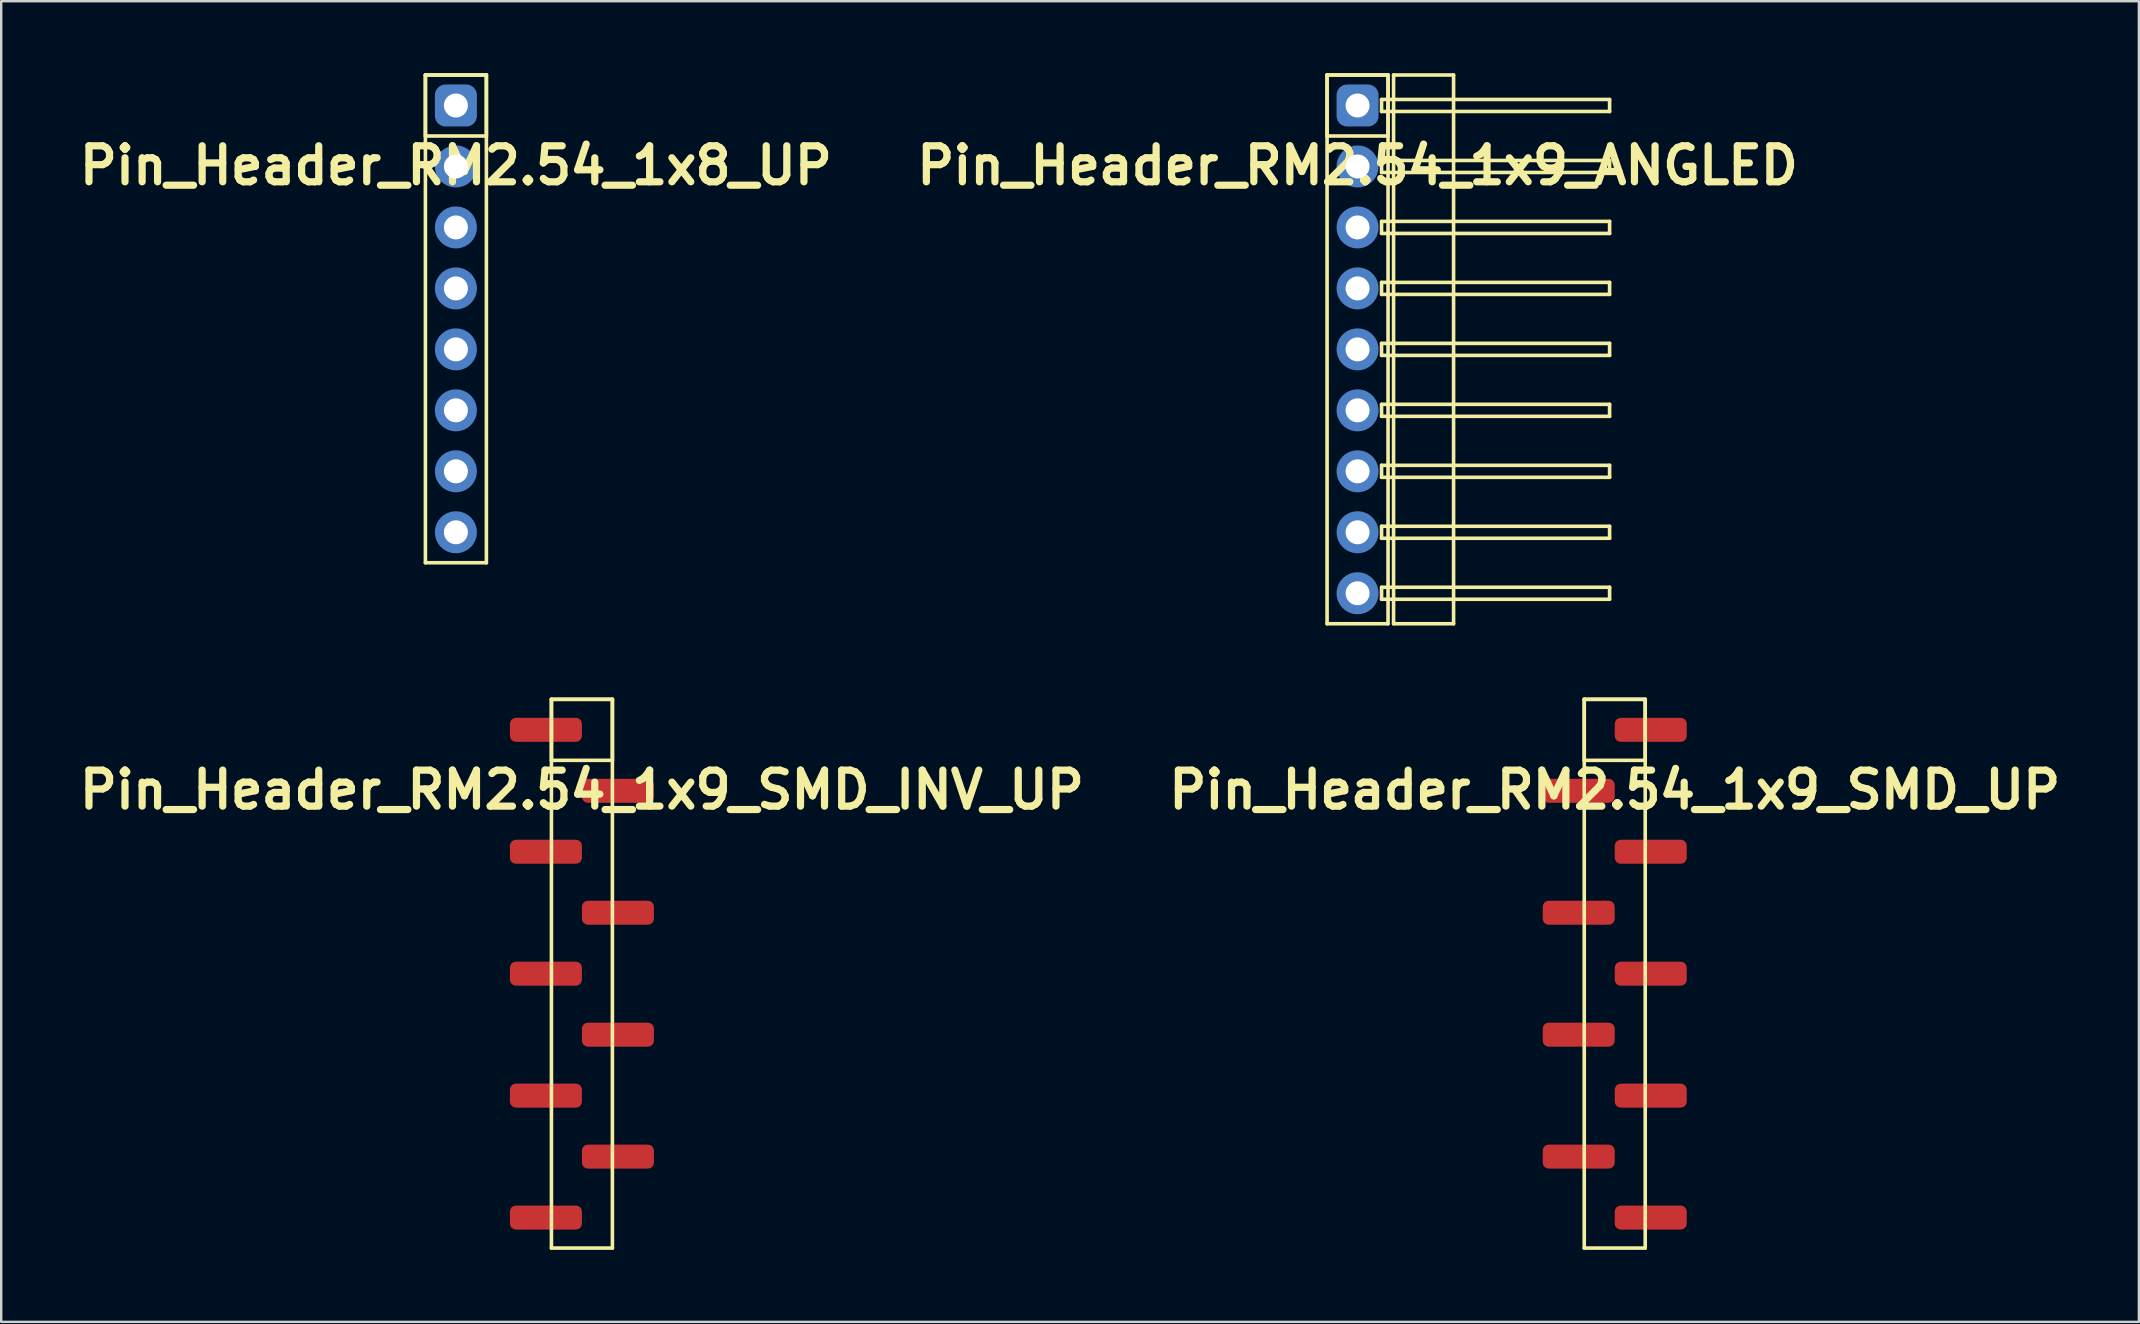
<source format=kicad_pcb>
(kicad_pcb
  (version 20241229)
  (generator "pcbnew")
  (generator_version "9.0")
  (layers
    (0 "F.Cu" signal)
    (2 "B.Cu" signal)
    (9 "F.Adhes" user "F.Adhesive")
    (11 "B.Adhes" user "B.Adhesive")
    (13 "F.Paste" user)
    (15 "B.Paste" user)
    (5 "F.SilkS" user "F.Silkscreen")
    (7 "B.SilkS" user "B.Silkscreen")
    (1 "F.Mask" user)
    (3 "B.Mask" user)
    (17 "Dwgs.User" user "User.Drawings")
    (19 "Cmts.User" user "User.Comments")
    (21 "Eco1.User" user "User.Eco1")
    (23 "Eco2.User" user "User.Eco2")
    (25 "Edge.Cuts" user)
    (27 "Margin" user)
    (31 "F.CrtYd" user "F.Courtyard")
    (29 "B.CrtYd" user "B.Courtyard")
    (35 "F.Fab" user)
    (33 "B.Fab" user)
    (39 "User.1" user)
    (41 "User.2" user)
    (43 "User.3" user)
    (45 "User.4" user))
  (footprint "Pin_Header_RM2.54_1x9_SMD_INV_UP"
    (layer "F.Cu")
    (at 21.193 27.355)
    (property "Reference" "Pin_Header_RM2.54_1x9_SMD_INV_UP" (at 0 2.5 0) (layer "F.SilkS") (effects (font (size 1.5 1.5) (thickness 0.3))))
    (attr through_hole)
    (fp_line (start -1.27 -1.27) (end 1.27 -1.27) (stroke (width 0.15) (type solid)) (layer "F.SilkS"))
    (fp_line (start -1.27 -1.27) (end 1.27 -1.27) (stroke (width 0.15) (type solid)) (layer "F.SilkS"))
    (fp_line (start -1.27 1.27) (end -1.27 -1.27) (stroke (width 0.15) (type solid)) (layer "F.SilkS"))
    (fp_line (start -1.27 21.59) (end -1.27 -1.27) (stroke (width 0.15) (type solid)) (layer "F.SilkS"))
    (fp_line (start 1.27 -1.27) (end 1.27 1.27) (stroke (width 0.15) (type solid)) (layer "F.SilkS"))
    (fp_line (start 1.27 -1.27) (end 1.27 21.59) (stroke (width 0.15) (type solid)) (layer "F.SilkS"))
    (fp_line (start 1.27 1.27) (end -1.27 1.27) (stroke (width 0.15) (type solid)) (layer "F.SilkS"))
    (fp_line (start 1.27 21.59) (end -1.27 21.59) (stroke (width 0.15) (type solid)) (layer "F.SilkS"))
    (pad "1" smd roundrect (at -1.5 0) (size 3 1) (layers "F.Cu" "F.Mask" "F.Paste") (roundrect_rratio 0.25))
    (pad "2" smd roundrect (at 1.5 2.54) (size 3 1) (layers "F.Cu" "F.Mask" "F.Paste") (roundrect_rratio 0.25))
    (pad "3" smd roundrect (at -1.5 5.08) (size 3 1) (layers "F.Cu" "F.Mask" "F.Paste") (roundrect_rratio 0.25))
    (pad "4" smd roundrect (at 1.5 7.62) (size 3 1) (layers "F.Cu" "F.Mask" "F.Paste") (roundrect_rratio 0.25))
    (pad "5" smd roundrect (at -1.5 10.16) (size 3 1) (layers "F.Cu" "F.Mask" "F.Paste") (roundrect_rratio 0.25))
    (pad "6" smd roundrect (at 1.5 12.7) (size 3 1) (layers "F.Cu" "F.Mask" "F.Paste") (roundrect_rratio 0.25))
    (pad "7" smd roundrect (at -1.5 15.24) (size 3 1) (layers "F.Cu" "F.Mask" "F.Paste") (roundrect_rratio 0.25))
    (pad "8" smd roundrect (at 1.5 17.78) (size 3 1) (layers "F.Cu" "F.Mask" "F.Paste") (roundrect_rratio 0.25))
    (pad "9" smd roundrect (at -1.5 20.32) (size 3 1) (layers "F.Cu" "F.Mask" "F.Paste") (roundrect_rratio 0.25)))
  (footprint "Pin_Header_RM2.54_1x9_SMD_UP"
    (layer "F.Cu")
    (at 64.221 27.355)
    (property "Reference" "Pin_Header_RM2.54_1x9_SMD_UP" (at 0 2.5 0) (layer "F.SilkS") (effects (font (size 1.5 1.5) (thickness 0.3))))
    (attr through_hole)
    (fp_line (start -1.27 -1.27) (end 1.27 -1.27) (stroke (width 0.15) (type solid)) (layer "F.SilkS"))
    (fp_line (start -1.27 -1.27) (end 1.27 -1.27) (stroke (width 0.15) (type solid)) (layer "F.SilkS"))
    (fp_line (start -1.27 1.27) (end -1.27 -1.27) (stroke (width 0.15) (type solid)) (layer "F.SilkS"))
    (fp_line (start -1.27 21.59) (end -1.27 -1.27) (stroke (width 0.15) (type solid)) (layer "F.SilkS"))
    (fp_line (start 1.27 -1.27) (end 1.27 1.27) (stroke (width 0.15) (type solid)) (layer "F.SilkS"))
    (fp_line (start 1.27 -1.27) (end 1.27 21.59) (stroke (width 0.15) (type solid)) (layer "F.SilkS"))
    (fp_line (start 1.27 1.27) (end -1.27 1.27) (stroke (width 0.15) (type solid)) (layer "F.SilkS"))
    (fp_line (start 1.27 21.59) (end -1.27 21.59) (stroke (width 0.15) (type solid)) (layer "F.SilkS"))
    (pad "1" smd roundrect (at 1.5 0) (size 3 1) (layers "F.Cu" "F.Mask") (roundrect_rratio 0.25))
    (pad "2" smd roundrect (at -1.5 2.54) (size 3 1) (layers "F.Cu" "F.Mask") (roundrect_rratio 0.25))
    (pad "3" smd roundrect (at 1.5 5.08) (size 3 1) (layers "F.Cu" "F.Mask") (roundrect_rratio 0.25))
    (pad "4" smd roundrect (at -1.5 7.62) (size 3 1) (layers "F.Cu" "F.Mask") (roundrect_rratio 0.25))
    (pad "5" smd roundrect (at 1.5 10.16) (size 3 1) (layers "F.Cu" "F.Mask") (roundrect_rratio 0.25))
    (pad "6" smd roundrect (at -1.5 12.7) (size 3 1) (layers "F.Cu" "F.Mask") (roundrect_rratio 0.25))
    (pad "7" smd roundrect (at 1.5 15.24) (size 3 1) (layers "F.Cu" "F.Mask") (roundrect_rratio 0.25))
    (pad "8" smd roundrect (at -1.5 17.78) (size 3 1) (layers "F.Cu" "F.Mask") (roundrect_rratio 0.25))
    (pad "9" smd roundrect (at 1.5 20.32) (size 3 1) (layers "F.Cu" "F.Mask") (roundrect_rratio 0.25)))
  (footprint "Pin_Header_RM2.54_1x8_UP"
    (layer "F.Cu")
    (at 15.943 1.345)
    (property "Reference" "Pin_Header_RM2.54_1x8_UP" (at 0 2.5 0) (layer "F.SilkS") (effects (font (size 1.5 1.5) (thickness 0.3))))
    (attr through_hole)
    (fp_line (start -1.27 -1.27) (end 1.27 -1.27) (stroke (width 0.15) (type solid)) (layer "F.SilkS"))
    (fp_line (start -1.27 -1.27) (end 1.27 -1.27) (stroke (width 0.15) (type solid)) (layer "F.SilkS"))
    (fp_line (start -1.27 1.27) (end -1.27 -1.27) (stroke (width 0.15) (type solid)) (layer "F.SilkS"))
    (fp_line (start -1.27 19.05) (end -1.27 -1.27) (stroke (width 0.15) (type solid)) (layer "F.SilkS"))
    (fp_line (start 1.27 -1.27) (end 1.27 1.27) (stroke (width 0.15) (type solid)) (layer "F.SilkS"))
    (fp_line (start 1.27 -1.27) (end 1.27 19.05) (stroke (width 0.15) (type solid)) (layer "F.SilkS"))
    (fp_line (start 1.27 1.27) (end -1.27 1.27) (stroke (width 0.15) (type solid)) (layer "F.SilkS"))
    (fp_line (start 1.27 19.05) (end -1.27 19.05) (stroke (width 0.15) (type solid)) (layer "F.SilkS"))
    (pad "1" thru_hole circle (at 0 0) (size 1.3 1.3) (drill 1) (layers "*.Cu" "*.Mask"))
    (pad "1" smd roundrect (at 0 0) (size 1.5 1.5) (layers "F.Cu" "F.Mask") (roundrect_rratio 0.25))
    (pad "1" smd roundrect (at 0 0) (size 1.75 1.75) (layers "B.Cu" "B.Mask") (roundrect_rratio 0.25))
    (pad "2" thru_hole circle (at 0 2.54) (size 1.3 1.3) (drill 1) (layers "*.Cu" "*.Mask"))
    (pad "2" smd circle (at 0 2.54) (size 1.5 1.5) (layers "F.Cu" "F.Mask"))
    (pad "2" smd circle (at 0 2.54) (size 1.75 1.75) (layers "B.Cu" "B.Mask"))
    (pad "3" thru_hole circle (at 0 5.08) (size 1.3 1.3) (drill 1) (layers "*.Cu" "*.Mask"))
    (pad "3" smd circle (at 0 5.08) (size 1.5 1.5) (layers "F.Cu" "F.Mask"))
    (pad "3" smd circle (at 0 5.08) (size 1.75 1.75) (layers "B.Cu" "B.Mask"))
    (pad "4" thru_hole circle (at 0 7.62) (size 1.3 1.3) (drill 1) (layers "*.Cu" "*.Mask"))
    (pad "4" smd circle (at 0 7.62) (size 1.5 1.5) (layers "F.Cu" "F.Mask"))
    (pad "4" smd circle (at 0 7.62) (size 1.75 1.75) (layers "B.Cu" "B.Mask"))
    (pad "5" thru_hole circle (at 0 10.16) (size 1.3 1.3) (drill 1) (layers "*.Cu" "*.Mask"))
    (pad "5" smd circle (at 0 10.16) (size 1.5 1.5) (layers "F.Cu" "F.Mask"))
    (pad "5" smd circle (at 0 10.16) (size 1.75 1.75) (layers "B.Cu" "B.Mask"))
    (pad "6" thru_hole circle (at 0 12.7) (size 1.3 1.3) (drill 1) (layers "*.Cu" "*.Mask"))
    (pad "6" smd circle (at 0 12.7) (size 1.5 1.5) (layers "F.Cu" "F.Mask"))
    (pad "6" smd circle (at 0 12.7) (size 1.75 1.75) (layers "B.Cu" "B.Mask"))
    (pad "7" thru_hole circle (at 0 15.24) (size 1.3 1.3) (drill 1) (layers "*.Cu" "*.Mask"))
    (pad "7" smd circle (at 0 15.24) (size 1.5 1.5) (layers "F.Cu" "F.Mask"))
    (pad "7" smd circle (at 0 15.24) (size 1.75 1.75) (layers "B.Cu" "B.Mask"))
    (pad "8" thru_hole circle (at 0 17.78) (size 1.3 1.3) (drill 1) (layers "*.Cu" "*.Mask"))
    (pad "8" smd circle (at 0 17.78) (size 1.5 1.5) (layers "F.Cu" "F.Mask"))
    (pad "8" smd circle (at 0 17.78) (size 1.75 1.75) (layers "B.Cu" "B.Mask")))
  (footprint "Pin_Header_RM2.54_1x9_ANGLED"
    (layer "F.Cu")
    (at 53.507 1.345)
    (property "Reference" "Pin_Header_RM2.54_1x9_ANGLED" (at 0 2.5 0) (layer "F.SilkS") (effects (font (size 1.5 1.5) (thickness 0.3))))
    (attr through_hole)
    (fp_line (start -1.27 -1.27) (end 1.27 -1.27) (stroke (width 0.15) (type solid)) (layer "F.SilkS"))
    (fp_line (start -1.27 -1.27) (end 1.27 -1.27) (stroke (width 0.15) (type solid)) (layer "F.SilkS"))
    (fp_line (start -1.27 1.27) (end -1.27 -1.27) (stroke (width 0.15) (type solid)) (layer "F.SilkS"))
    (fp_line (start -1.27 21.59) (end -1.27 -1.27) (stroke (width 0.15) (type solid)) (layer "F.SilkS"))
    (fp_line (start 1 -0.25) (end 10.5 -0.25) (stroke (width 0.15) (type solid)) (layer "F.SilkS"))
    (fp_line (start 1 0.25) (end 1 -0.25) (stroke (width 0.15) (type solid)) (layer "F.SilkS"))
    (fp_line (start 1 2.29) (end 10.5 2.29) (stroke (width 0.15) (type solid)) (layer "F.SilkS"))
    (fp_line (start 1 2.79) (end 1 2.29) (stroke (width 0.15) (type solid)) (layer "F.SilkS"))
    (fp_line (start 1 4.83) (end 10.5 4.83) (stroke (width 0.15) (type solid)) (layer "F.SilkS"))
    (fp_line (start 1 5.33) (end 1 4.83) (stroke (width 0.15) (type solid)) (layer "F.SilkS"))
    (fp_line (start 1 7.37) (end 10.5 7.37) (stroke (width 0.15) (type solid)) (layer "F.SilkS"))
    (fp_line (start 1 7.87) (end 1 7.37) (stroke (width 0.15) (type solid)) (layer "F.SilkS"))
    (fp_line (start 1 9.91) (end 10.5 9.91) (stroke (width 0.15) (type solid)) (layer "F.SilkS"))
    (fp_line (start 1 10.41) (end 1 9.91) (stroke (width 0.15) (type solid)) (layer "F.SilkS"))
    (fp_line (start 1 12.45) (end 10.5 12.45) (stroke (width 0.15) (type solid)) (layer "F.SilkS"))
    (fp_line (start 1 12.95) (end 1 12.45) (stroke (width 0.15) (type solid)) (layer "F.SilkS"))
    (fp_line (start 1 14.99) (end 10.5 14.99) (stroke (width 0.15) (type solid)) (layer "F.SilkS"))
    (fp_line (start 1 15.49) (end 1 14.99) (stroke (width 0.15) (type solid)) (layer "F.SilkS"))
    (fp_line (start 1 17.53) (end 10.5 17.53) (stroke (width 0.15) (type solid)) (layer "F.SilkS"))
    (fp_line (start 1 18.03) (end 1 17.53) (stroke (width 0.15) (type solid)) (layer "F.SilkS"))
    (fp_line (start 1 20.07) (end 10.5 20.07) (stroke (width 0.15) (type solid)) (layer "F.SilkS"))
    (fp_line (start 1 20.57) (end 1 20.07) (stroke (width 0.15) (type solid)) (layer "F.SilkS"))
    (fp_line (start 1.27 -1.27) (end 1.27 1.27) (stroke (width 0.15) (type solid)) (layer "F.SilkS"))
    (fp_line (start 1.27 -1.27) (end 1.27 21.59) (stroke (width 0.15) (type solid)) (layer "F.SilkS"))
    (fp_line (start 1.27 1.27) (end -1.27 1.27) (stroke (width 0.15) (type solid)) (layer "F.SilkS"))
    (fp_line (start 1.27 21.59) (end -1.27 21.59) (stroke (width 0.15) (type solid)) (layer "F.SilkS"))
    (fp_line (start 1.5 -1.27) (end 4 -1.27) (stroke (width 0.15) (type solid)) (layer "F.SilkS"))
    (fp_line (start 1.5 21.59) (end 1.5 -1.27) (stroke (width 0.15) (type solid)) (layer "F.SilkS"))
    (fp_line (start 4 -1.27) (end 4 21.59) (stroke (width 0.15) (type solid)) (layer "F.SilkS"))
    (fp_line (start 4 21.59) (end 1.5 21.59) (stroke (width 0.15) (type solid)) (layer "F.SilkS"))
    (fp_line (start 10.5 -0.25) (end 10.5 0.25) (stroke (width 0.15) (type solid)) (layer "F.SilkS"))
    (fp_line (start 10.5 0.25) (end 1 0.25) (stroke (width 0.15) (type solid)) (layer "F.SilkS"))
    (fp_line (start 10.5 2.29) (end 10.5 2.79) (stroke (width 0.15) (type solid)) (layer "F.SilkS"))
    (fp_line (start 10.5 2.79) (end 1 2.79) (stroke (width 0.15) (type solid)) (layer "F.SilkS"))
    (fp_line (start 10.5 4.83) (end 10.5 5.33) (stroke (width 0.15) (type solid)) (layer "F.SilkS"))
    (fp_line (start 10.5 5.33) (end 1 5.33) (stroke (width 0.15) (type solid)) (layer "F.SilkS"))
    (fp_line (start 10.5 7.37) (end 10.5 7.87) (stroke (width 0.15) (type solid)) (layer "F.SilkS"))
    (fp_line (start 10.5 7.87) (end 1 7.87) (stroke (width 0.15) (type solid)) (layer "F.SilkS"))
    (fp_line (start 10.5 9.91) (end 10.5 10.41) (stroke (width 0.15) (type solid)) (layer "F.SilkS"))
    (fp_line (start 10.5 10.41) (end 1 10.41) (stroke (width 0.15) (type solid)) (layer "F.SilkS"))
    (fp_line (start 10.5 12.45) (end 10.5 12.95) (stroke (width 0.15) (type solid)) (layer "F.SilkS"))
    (fp_line (start 10.5 12.95) (end 1 12.95) (stroke (width 0.15) (type solid)) (layer "F.SilkS"))
    (fp_line (start 10.5 14.99) (end 10.5 15.49) (stroke (width 0.15) (type solid)) (layer "F.SilkS"))
    (fp_line (start 10.5 15.49) (end 1 15.49) (stroke (width 0.15) (type solid)) (layer "F.SilkS"))
    (fp_line (start 10.5 17.53) (end 10.5 18.03) (stroke (width 0.15) (type solid)) (layer "F.SilkS"))
    (fp_line (start 10.5 18.03) (end 1 18.03) (stroke (width 0.15) (type solid)) (layer "F.SilkS"))
    (fp_line (start 10.5 20.07) (end 10.5 20.57) (stroke (width 0.15) (type solid)) (layer "F.SilkS"))
    (fp_line (start 10.5 20.57) (end 1 20.57) (stroke (width 0.15) (type solid)) (layer "F.SilkS"))
    (pad "1" thru_hole circle (at 0 0) (size 1.3 1.3) (drill 1) (layers "*.Cu" "*.Mask"))
    (pad "1" smd roundrect (at 0 0) (size 1.5 1.5) (layers "F.Cu" "F.Mask") (roundrect_rratio 0.25))
    (pad "1" smd roundrect (at 0 0) (size 1.75 1.75) (layers "B.Cu" "B.Mask") (roundrect_rratio 0.25))
    (pad "2" thru_hole circle (at 0 2.54) (size 1.3 1.3) (drill 1) (layers "*.Cu" "*.Mask"))
    (pad "2" smd circle (at 0 2.54) (size 1.5 1.5) (layers "F.Cu" "F.Mask"))
    (pad "2" smd circle (at 0 2.54) (size 1.75 1.75) (layers "B.Cu" "B.Mask"))
    (pad "3" thru_hole circle (at 0 5.08) (size 1.3 1.3) (drill 1) (layers "*.Cu" "*.Mask"))
    (pad "3" smd circle (at 0 5.08) (size 1.5 1.5) (layers "F.Cu" "F.Mask"))
    (pad "3" smd circle (at 0 5.08) (size 1.75 1.75) (layers "B.Cu" "B.Mask"))
    (pad "4" thru_hole circle (at 0 7.62) (size 1.3 1.3) (drill 1) (layers "*.Cu" "*.Mask"))
    (pad "4" smd circle (at 0 7.62) (size 1.5 1.5) (layers "F.Cu" "F.Mask"))
    (pad "4" smd circle (at 0 7.62) (size 1.75 1.75) (layers "B.Cu" "B.Mask"))
    (pad "5" thru_hole circle (at 0 10.16) (size 1.3 1.3) (drill 1) (layers "*.Cu" "*.Mask"))
    (pad "5" smd circle (at 0 10.16) (size 1.5 1.5) (layers "F.Cu" "F.Mask"))
    (pad "5" smd circle (at 0 10.16) (size 1.75 1.75) (layers "B.Cu" "B.Mask"))
    (pad "6" thru_hole circle (at 0 12.7) (size 1.3 1.3) (drill 1) (layers "*.Cu" "*.Mask"))
    (pad "6" smd circle (at 0 12.7) (size 1.5 1.5) (layers "F.Cu" "F.Mask"))
    (pad "6" smd circle (at 0 12.7) (size 1.75 1.75) (layers "B.Cu" "B.Mask"))
    (pad "7" thru_hole circle (at 0 15.24) (size 1.3 1.3) (drill 1) (layers "*.Cu" "*.Mask"))
    (pad "7" smd circle (at 0 15.24) (size 1.5 1.5) (layers "F.Cu" "F.Mask"))
    (pad "7" smd circle (at 0 15.24) (size 1.75 1.75) (layers "B.Cu" "B.Mask"))
    (pad "8" thru_hole circle (at 0 17.78) (size 1.3 1.3) (drill 1) (layers "*.Cu" "*.Mask"))
    (pad "8" smd circle (at 0 17.78) (size 1.5 1.5) (layers "F.Cu" "F.Mask"))
    (pad "8" smd circle (at 0 17.78) (size 1.75 1.75) (layers "B.Cu" "B.Mask"))
    (pad "9" thru_hole circle (at 0 20.32) (size 1.3 1.3) (drill 1) (layers "*.Cu" "*.Mask"))
    (pad "9" smd circle (at 0 20.32) (size 1.5 1.5) (layers "F.Cu" "F.Mask"))
    (pad "9" smd circle (at 0 20.32) (size 1.75 1.75) (layers "B.Cu" "B.Mask")))
  (gr_rect
    (start -3 -3)
    (end 86.057 52.02)
    (stroke (width 0.1) (type default))
    (fill no)
    (layer "Edge.Cuts")))
</source>
